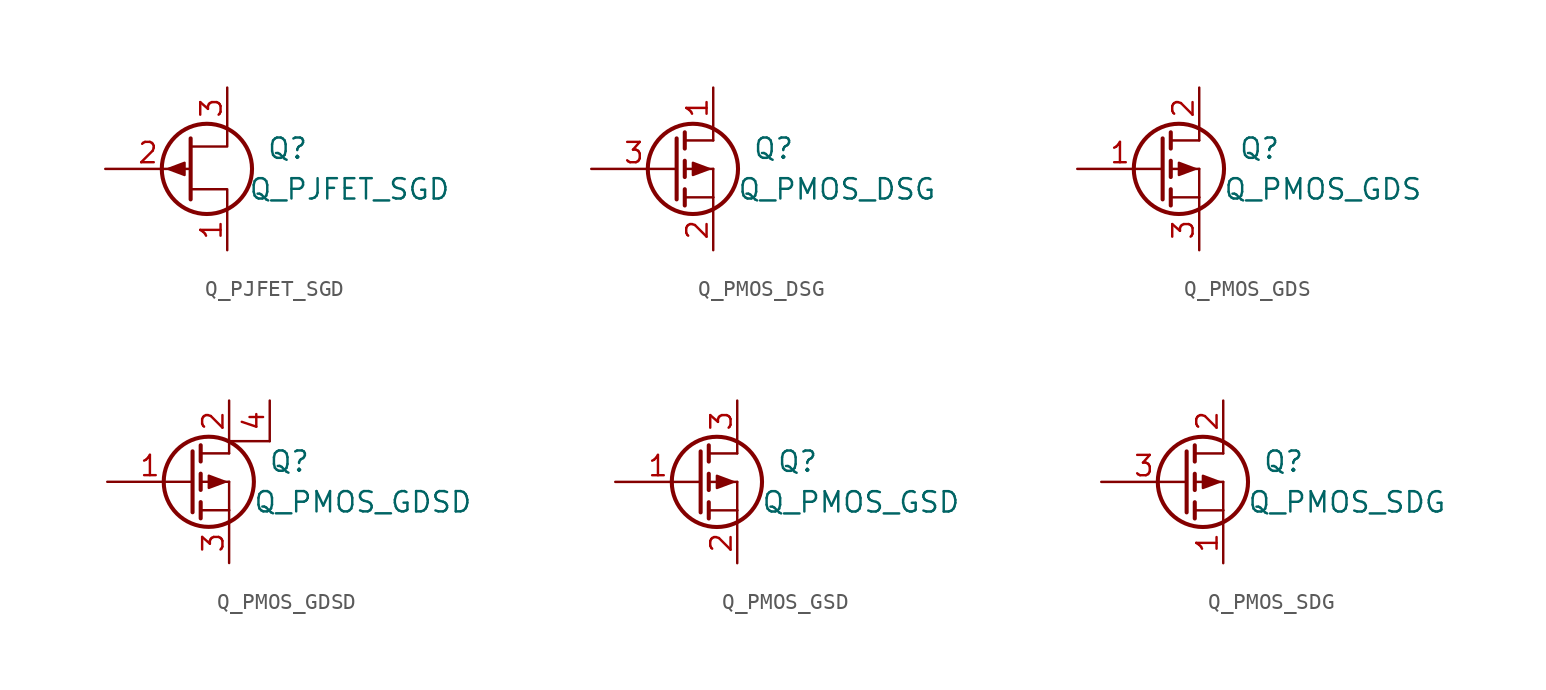
<source format=kicad_sym>
(kicad_symbol_lib
  (version 20211014)
  (generator kicad_symbol_editor)
  (symbol "Q_PJFET_SGD"
    (pin_names
      (offset 0) hide)
    (property "Reference" "Q"
      (at 7.62 1.27 0)
      (effects (font (size 1.27 1.27)) (justify right)))
    (property "Value" "Q_PJFET_SGD"
      (at 16.51 -1.27 0)
      (effects (font (size 1.27 1.27)) (justify right)))
    (property "Footprint" ""
      (at 5.08 2.54 0)
      (effects (font (size 0.737 0.737))))
    (property "Datasheet" ""
      (at 0 0 0)
      (effects (font (size 1.524 1.524))))
    (symbol "Q_PJFET_SGD_0_1"
      (polyline (pts (xy 0.254 1.905) (xy 0.254 -1.905) (xy 0.254 -1.905)) (stroke (width 0.254) (type default) (color 0 0 0 0)) (fill (type none)))
      (polyline (pts (xy 2.54 -2.54) (xy 2.54 -1.27) (xy 0.254 -1.27)) (stroke (width 0) (type default) (color 0 0 0 0)) (fill (type none)))
      (polyline (pts (xy 2.54 2.54) (xy 2.54 1.397) (xy 0.254 1.397)) (stroke (width 0) (type default) (color 0 0 0 0)) (fill (type none)))
      (polyline (pts (xy -1.143 0) (xy -0.127 0.381) (xy -0.127 -0.381) (xy -1.143 0)) (stroke (width 0) (type default) (color 0 0 0 0)) (fill (type outline)))
      (circle (center 1.27 0) (radius 2.819) (stroke (width 0.254) (type default) (color 0 0 0 0)) (fill (type none))))
    (symbol "Q_PJFET_SGD_1_1"
      (pin passive line (at 2.54 -5.08 90) (length 2.54) (name "S" (effects (font (size 1.27 1.27)))) (number "1" (effects (font (size 1.27 1.27)))))
      (pin input line (at -5.08 0 0) (length 5.334) (name "G" (effects (font (size 1.27 1.27)))) (number "2" (effects (font (size 1.27 1.27)))))
      (pin passive line (at 2.54 5.08 270) (length 2.54) (name "D" (effects (font (size 1.27 1.27)))) (number "3" (effects (font (size 1.27 1.27)))))))
  (symbol "Q_PMOS_DSG"
    (pin_names
      (offset 0) hide)
    (property "Reference" "Q"
      (at 7.62 1.27 0)
      (effects (font (size 1.27 1.27)) (justify right)))
    (property "Value" "Q_PMOS_DSG"
      (at 16.51 -1.27 0)
      (effects (font (size 1.27 1.27)) (justify right)))
    (property "Footprint" ""
      (at 5.08 2.54 0)
      (effects (font (size 0.737 0.737))))
    (property "Datasheet" ""
      (at 0 0 0)
      (effects (font (size 1.524 1.524))))
    (symbol "Q_PMOS_DSG_0_1"
      (polyline (pts (xy 0.762 -1.778) (xy 2.54 -1.778)) (stroke (width 0) (type default) (color 0 0 0 0)) (fill (type none)))
      (polyline (pts (xy 0.762 -1.27) (xy 0.762 -2.286)) (stroke (width 0.254) (type default) (color 0 0 0 0)) (fill (type none)))
      (polyline (pts (xy 0.762 0) (xy 2.54 0)) (stroke (width 0) (type default) (color 0 0 0 0)) (fill (type none)))
      (polyline (pts (xy 0.762 0.508) (xy 0.762 -0.508)) (stroke (width 0.254) (type default) (color 0 0 0 0)) (fill (type none)))
      (polyline (pts (xy 0.762 1.778) (xy 2.54 1.778)) (stroke (width 0) (type default) (color 0 0 0 0)) (fill (type none)))
      (polyline (pts (xy 0.762 2.286) (xy 0.762 1.27)) (stroke (width 0.254) (type default) (color 0 0 0 0)) (fill (type none)))
      (polyline (pts (xy 2.54 -1.778) (xy 2.54 -2.54)) (stroke (width 0) (type default) (color 0 0 0 0)) (fill (type none)))
      (polyline (pts (xy 2.54 -1.778) (xy 2.54 0)) (stroke (width 0) (type default) (color 0 0 0 0)) (fill (type none)))
      (polyline (pts (xy 2.54 2.54) (xy 2.54 1.778)) (stroke (width 0) (type default) (color 0 0 0 0)) (fill (type none)))
      (polyline (pts (xy 0.254 1.905) (xy 0.254 -1.905) (xy 0.254 -1.905)) (stroke (width 0.254) (type default) (color 0 0 0 0)) (fill (type none)))
      (polyline (pts (xy 2.286 0) (xy 1.27 -0.381) (xy 1.27 0.381) (xy 2.286 0)) (stroke (width 0) (type default) (color 0 0 0 0)) (fill (type outline)))
      (circle (center 1.27 0) (radius 2.819) (stroke (width 0.254) (type default) (color 0 0 0 0)) (fill (type none))))
    (symbol "Q_PMOS_DSG_1_1"
      (pin passive line (at 2.54 5.08 270) (length 2.54) (name "D" (effects (font (size 1.27 1.27)))) (number "1" (effects (font (size 1.27 1.27)))))
      (pin passive line (at 2.54 -5.08 90) (length 2.54) (name "S" (effects (font (size 1.27 1.27)))) (number "2" (effects (font (size 1.27 1.27)))))
      (pin input line (at -5.08 0 0) (length 5.334) (name "G" (effects (font (size 1.27 1.27)))) (number "3" (effects (font (size 1.27 1.27)))))))
  (symbol "Q_PMOS_GDS"
    (pin_names
      (offset 0) hide)
    (property "Reference" "Q"
      (at 7.62 1.27 0)
      (effects (font (size 1.27 1.27)) (justify right)))
    (property "Value" "Q_PMOS_GDS"
      (at 16.51 -1.27 0)
      (effects (font (size 1.27 1.27)) (justify right)))
    (property "Footprint" ""
      (at 5.08 2.54 0)
      (effects (font (size 0.737 0.737))))
    (property "Datasheet" ""
      (at 0 0 0)
      (effects (font (size 1.524 1.524))))
    (symbol "Q_PMOS_GDS_0_1"
      (polyline (pts (xy 0.762 -1.778) (xy 2.54 -1.778)) (stroke (width 0) (type default) (color 0 0 0 0)) (fill (type none)))
      (polyline (pts (xy 0.762 -1.27) (xy 0.762 -2.286)) (stroke (width 0.254) (type default) (color 0 0 0 0)) (fill (type none)))
      (polyline (pts (xy 0.762 0) (xy 2.54 0)) (stroke (width 0) (type default) (color 0 0 0 0)) (fill (type none)))
      (polyline (pts (xy 0.762 0.508) (xy 0.762 -0.508)) (stroke (width 0.254) (type default) (color 0 0 0 0)) (fill (type none)))
      (polyline (pts (xy 0.762 1.778) (xy 2.54 1.778)) (stroke (width 0) (type default) (color 0 0 0 0)) (fill (type none)))
      (polyline (pts (xy 0.762 2.286) (xy 0.762 1.27)) (stroke (width 0.254) (type default) (color 0 0 0 0)) (fill (type none)))
      (polyline (pts (xy 2.54 -1.778) (xy 2.54 -2.54)) (stroke (width 0) (type default) (color 0 0 0 0)) (fill (type none)))
      (polyline (pts (xy 2.54 -1.778) (xy 2.54 0)) (stroke (width 0) (type default) (color 0 0 0 0)) (fill (type none)))
      (polyline (pts (xy 2.54 2.54) (xy 2.54 1.778)) (stroke (width 0) (type default) (color 0 0 0 0)) (fill (type none)))
      (polyline (pts (xy 0.254 1.905) (xy 0.254 -1.905) (xy 0.254 -1.905)) (stroke (width 0.254) (type default) (color 0 0 0 0)) (fill (type none)))
      (polyline (pts (xy 2.286 0) (xy 1.27 -0.381) (xy 1.27 0.381) (xy 2.286 0)) (stroke (width 0) (type default) (color 0 0 0 0)) (fill (type outline)))
      (circle (center 1.27 0) (radius 2.819) (stroke (width 0.254) (type default) (color 0 0 0 0)) (fill (type none))))
    (symbol "Q_PMOS_GDS_1_1"
      (pin input line (at -5.08 0 0) (length 5.334) (name "G" (effects (font (size 1.27 1.27)))) (number "1" (effects (font (size 1.27 1.27)))))
      (pin passive line (at 2.54 5.08 270) (length 2.54) (name "D" (effects (font (size 1.27 1.27)))) (number "2" (effects (font (size 1.27 1.27)))))
      (pin passive line (at 2.54 -5.08 90) (length 2.54) (name "S" (effects (font (size 1.27 1.27)))) (number "3" (effects (font (size 1.27 1.27)))))))
  (symbol "Q_PMOS_GDSD"
    (pin_names
      (offset 0) hide)
    (property "Reference" "Q"
      (at 7.62 1.27 0)
      (effects (font (size 1.27 1.27)) (justify right)))
    (property "Value" "Q_PMOS_GDSD"
      (at 17.78 -1.27 0)
      (effects (font (size 1.27 1.27)) (justify right)))
    (property "Footprint" ""
      (at 5.08 2.54 0)
      (effects (font (size 0.737 0.737))))
    (property "Datasheet" ""
      (at 0 0 0)
      (effects (font (size 1.524 1.524))))
    (symbol "Q_PMOS_GDSD_0_1"
      (polyline (pts (xy 0.762 -1.778) (xy 2.54 -1.778)) (stroke (width 0) (type default) (color 0 0 0 0)) (fill (type none)))
      (polyline (pts (xy 0.762 -1.27) (xy 0.762 -2.286)) (stroke (width 0.254) (type default) (color 0 0 0 0)) (fill (type none)))
      (polyline (pts (xy 0.762 0) (xy 2.54 0)) (stroke (width 0) (type default) (color 0 0 0 0)) (fill (type none)))
      (polyline (pts (xy 0.762 0.508) (xy 0.762 -0.508)) (stroke (width 0.254) (type default) (color 0 0 0 0)) (fill (type none)))
      (polyline (pts (xy 0.762 1.778) (xy 2.54 1.778)) (stroke (width 0) (type default) (color 0 0 0 0)) (fill (type none)))
      (polyline (pts (xy 0.762 2.286) (xy 0.762 1.27)) (stroke (width 0.254) (type default) (color 0 0 0 0)) (fill (type none)))
      (polyline (pts (xy 2.54 -1.778) (xy 2.54 -2.54)) (stroke (width 0) (type default) (color 0 0 0 0)) (fill (type none)))
      (polyline (pts (xy 2.54 -1.778) (xy 2.54 0)) (stroke (width 0) (type default) (color 0 0 0 0)) (fill (type none)))
      (polyline (pts (xy 2.54 2.54) (xy 2.54 1.778)) (stroke (width 0) (type default) (color 0 0 0 0)) (fill (type none)))
      (polyline (pts (xy 5.08 2.54) (xy 2.54 2.54)) (stroke (width 0) (type default) (color 0 0 0 0)) (fill (type none)))
      (polyline (pts (xy 0.254 1.905) (xy 0.254 -1.905) (xy 0.254 -1.905)) (stroke (width 0.254) (type default) (color 0 0 0 0)) (fill (type none)))
      (polyline (pts (xy 2.286 0) (xy 1.27 -0.381) (xy 1.27 0.381) (xy 2.286 0)) (stroke (width 0) (type default) (color 0 0 0 0)) (fill (type outline)))
      (circle (center 1.27 0) (radius 2.819) (stroke (width 0.254) (type default) (color 0 0 0 0)) (fill (type none))))
    (symbol "Q_PMOS_GDSD_1_1"
      (pin input line (at -5.08 0 0) (length 5.334) (name "G" (effects (font (size 1.27 1.27)))) (number "1" (effects (font (size 1.27 1.27)))))
      (pin passive line (at 2.54 5.08 270) (length 2.54) (name "D" (effects (font (size 1.27 1.27)))) (number "2" (effects (font (size 1.27 1.27)))))
      (pin passive line (at 2.54 -5.08 90) (length 2.54) (name "S" (effects (font (size 1.27 1.27)))) (number "3" (effects (font (size 1.27 1.27)))))
      (pin passive line (at 5.08 5.08 270) (length 2.54) (name "D" (effects (font (size 1.27 1.27)))) (number "4" (effects (font (size 1.27 1.27)))))))
  (symbol "Q_PMOS_GSD"
    (pin_names
      (offset 0) hide)
    (property "Reference" "Q"
      (at 7.62 1.27 0)
      (effects (font (size 1.27 1.27)) (justify right)))
    (property "Value" "Q_PMOS_GSD"
      (at 16.51 -1.27 0)
      (effects (font (size 1.27 1.27)) (justify right)))
    (property "Footprint" ""
      (at 5.08 2.54 0)
      (effects (font (size 0.737 0.737))))
    (property "Datasheet" ""
      (at 0 0 0)
      (effects (font (size 1.524 1.524))))
    (symbol "Q_PMOS_GSD_0_1"
      (polyline (pts (xy 0.762 -1.778) (xy 2.54 -1.778)) (stroke (width 0) (type default) (color 0 0 0 0)) (fill (type none)))
      (polyline (pts (xy 0.762 -1.27) (xy 0.762 -2.286)) (stroke (width 0.254) (type default) (color 0 0 0 0)) (fill (type none)))
      (polyline (pts (xy 0.762 0) (xy 2.54 0)) (stroke (width 0) (type default) (color 0 0 0 0)) (fill (type none)))
      (polyline (pts (xy 0.762 0.508) (xy 0.762 -0.508)) (stroke (width 0.254) (type default) (color 0 0 0 0)) (fill (type none)))
      (polyline (pts (xy 0.762 1.778) (xy 2.54 1.778)) (stroke (width 0) (type default) (color 0 0 0 0)) (fill (type none)))
      (polyline (pts (xy 0.762 2.286) (xy 0.762 1.27)) (stroke (width 0.254) (type default) (color 0 0 0 0)) (fill (type none)))
      (polyline (pts (xy 2.54 -1.778) (xy 2.54 -2.54)) (stroke (width 0) (type default) (color 0 0 0 0)) (fill (type none)))
      (polyline (pts (xy 2.54 -1.778) (xy 2.54 0)) (stroke (width 0) (type default) (color 0 0 0 0)) (fill (type none)))
      (polyline (pts (xy 2.54 2.54) (xy 2.54 1.778)) (stroke (width 0) (type default) (color 0 0 0 0)) (fill (type none)))
      (polyline (pts (xy 0.254 1.905) (xy 0.254 -1.905) (xy 0.254 -1.905)) (stroke (width 0.254) (type default) (color 0 0 0 0)) (fill (type none)))
      (polyline (pts (xy 2.286 0) (xy 1.27 -0.381) (xy 1.27 0.381) (xy 2.286 0)) (stroke (width 0) (type default) (color 0 0 0 0)) (fill (type outline)))
      (circle (center 1.27 0) (radius 2.819) (stroke (width 0.254) (type default) (color 0 0 0 0)) (fill (type none))))
    (symbol "Q_PMOS_GSD_1_1"
      (pin input line (at -5.08 0 0) (length 5.334) (name "G" (effects (font (size 1.27 1.27)))) (number "1" (effects (font (size 1.27 1.27)))))
      (pin passive line (at 2.54 -5.08 90) (length 2.54) (name "S" (effects (font (size 1.27 1.27)))) (number "2" (effects (font (size 1.27 1.27)))))
      (pin passive line (at 2.54 5.08 270) (length 2.54) (name "D" (effects (font (size 1.27 1.27)))) (number "3" (effects (font (size 1.27 1.27)))))))
  (symbol "Q_PMOS_SDG"
    (pin_names
      (offset 0) hide)
    (property "Reference" "Q"
      (at 7.62 1.27 0)
      (effects (font (size 1.27 1.27)) (justify right)))
    (property "Value" "Q_PMOS_SDG"
      (at 16.51 -1.27 0)
      (effects (font (size 1.27 1.27)) (justify right)))
    (property "Footprint" ""
      (at 5.08 2.54 0)
      (effects (font (size 0.737 0.737))))
    (property "Datasheet" ""
      (at 0 0 0)
      (effects (font (size 1.524 1.524))))
    (symbol "Q_PMOS_SDG_0_1"
      (polyline (pts (xy 0.762 -1.778) (xy 2.54 -1.778)) (stroke (width 0) (type default) (color 0 0 0 0)) (fill (type none)))
      (polyline (pts (xy 0.762 -1.27) (xy 0.762 -2.286)) (stroke (width 0.254) (type default) (color 0 0 0 0)) (fill (type none)))
      (polyline (pts (xy 0.762 0) (xy 2.54 0)) (stroke (width 0) (type default) (color 0 0 0 0)) (fill (type none)))
      (polyline (pts (xy 0.762 0.508) (xy 0.762 -0.508)) (stroke (width 0.254) (type default) (color 0 0 0 0)) (fill (type none)))
      (polyline (pts (xy 0.762 1.778) (xy 2.54 1.778)) (stroke (width 0) (type default) (color 0 0 0 0)) (fill (type none)))
      (polyline (pts (xy 0.762 2.286) (xy 0.762 1.27)) (stroke (width 0.254) (type default) (color 0 0 0 0)) (fill (type none)))
      (polyline (pts (xy 2.54 -1.778) (xy 2.54 -2.54)) (stroke (width 0) (type default) (color 0 0 0 0)) (fill (type none)))
      (polyline (pts (xy 2.54 -1.778) (xy 2.54 0)) (stroke (width 0) (type default) (color 0 0 0 0)) (fill (type none)))
      (polyline (pts (xy 2.54 2.54) (xy 2.54 1.778)) (stroke (width 0) (type default) (color 0 0 0 0)) (fill (type none)))
      (polyline (pts (xy 0.254 1.905) (xy 0.254 -1.905) (xy 0.254 -1.905)) (stroke (width 0.254) (type default) (color 0 0 0 0)) (fill (type none)))
      (polyline (pts (xy 2.286 0) (xy 1.27 -0.381) (xy 1.27 0.381) (xy 2.286 0)) (stroke (width 0) (type default) (color 0 0 0 0)) (fill (type outline)))
      (circle (center 1.27 0) (radius 2.819) (stroke (width 0.254) (type default) (color 0 0 0 0)) (fill (type none))))
    (symbol "Q_PMOS_SDG_1_1"
      (pin passive line (at 2.54 -5.08 90) (length 2.54) (name "S" (effects (font (size 1.27 1.27)))) (number "1" (effects (font (size 1.27 1.27)))))
      (pin passive line (at 2.54 5.08 270) (length 2.54) (name "D" (effects (font (size 1.27 1.27)))) (number "2" (effects (font (size 1.27 1.27)))))
      (pin input line (at -5.08 0 0) (length 5.334) (name "G" (effects (font (size 1.27 1.27)))) (number "3" (effects (font (size 1.27 1.27))))))))
</source>
